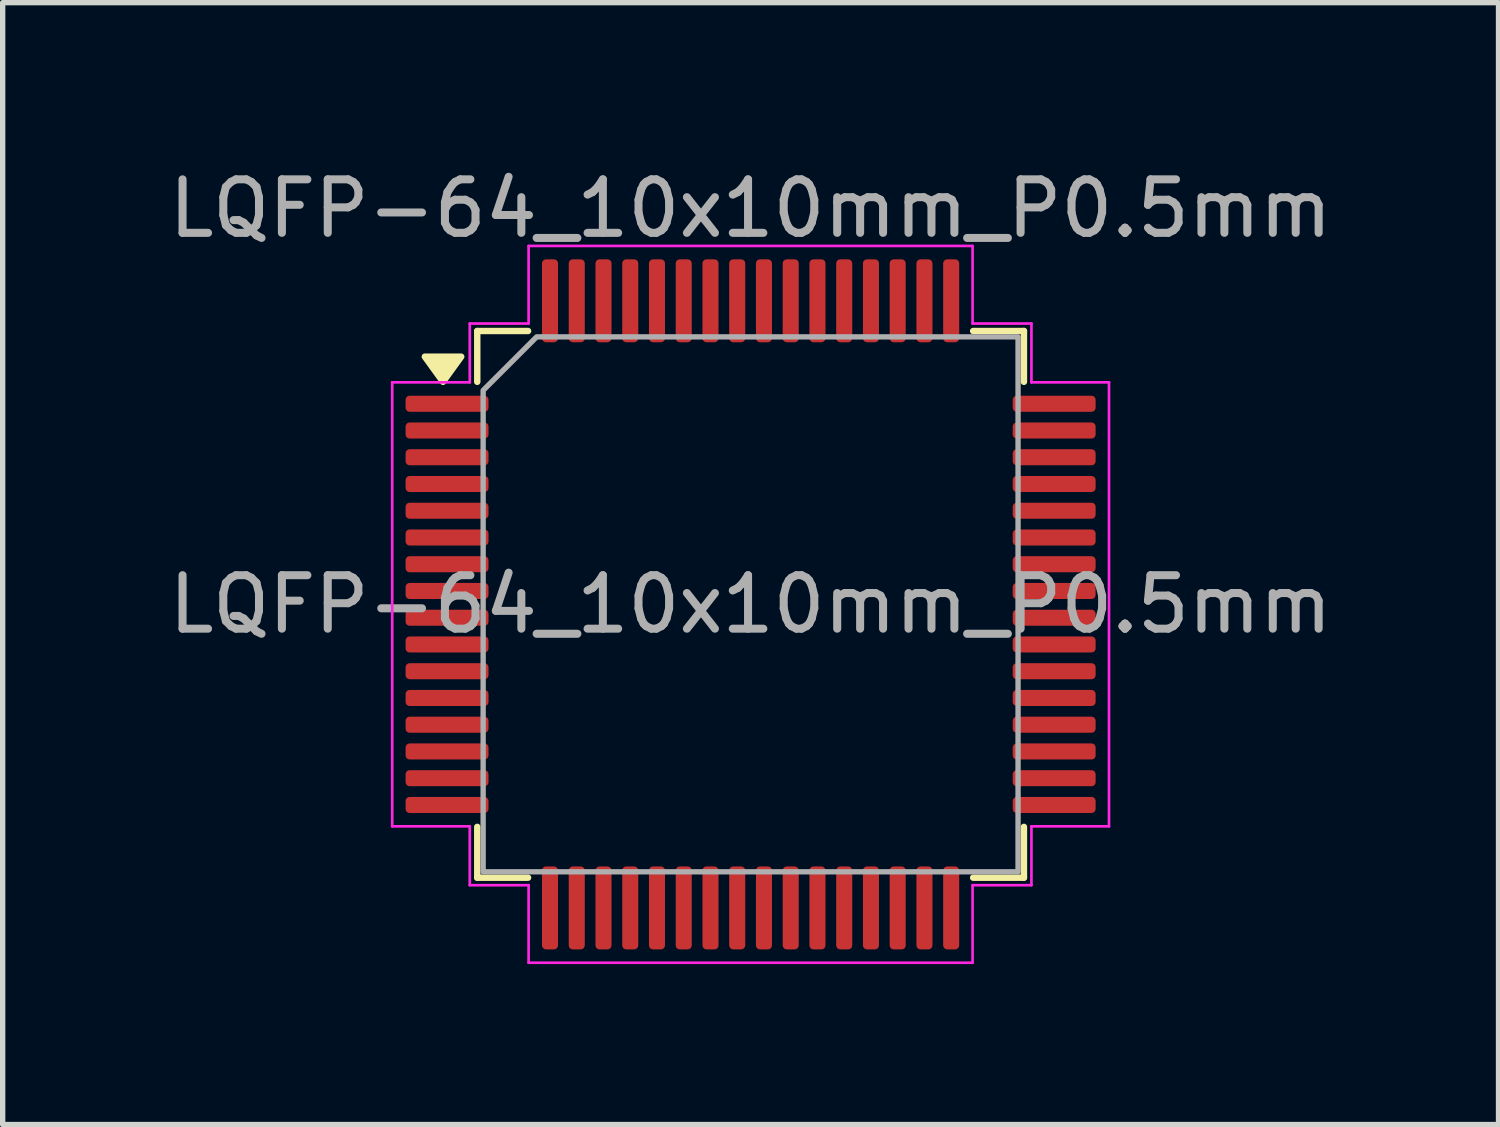
<source format=kicad_pcb>
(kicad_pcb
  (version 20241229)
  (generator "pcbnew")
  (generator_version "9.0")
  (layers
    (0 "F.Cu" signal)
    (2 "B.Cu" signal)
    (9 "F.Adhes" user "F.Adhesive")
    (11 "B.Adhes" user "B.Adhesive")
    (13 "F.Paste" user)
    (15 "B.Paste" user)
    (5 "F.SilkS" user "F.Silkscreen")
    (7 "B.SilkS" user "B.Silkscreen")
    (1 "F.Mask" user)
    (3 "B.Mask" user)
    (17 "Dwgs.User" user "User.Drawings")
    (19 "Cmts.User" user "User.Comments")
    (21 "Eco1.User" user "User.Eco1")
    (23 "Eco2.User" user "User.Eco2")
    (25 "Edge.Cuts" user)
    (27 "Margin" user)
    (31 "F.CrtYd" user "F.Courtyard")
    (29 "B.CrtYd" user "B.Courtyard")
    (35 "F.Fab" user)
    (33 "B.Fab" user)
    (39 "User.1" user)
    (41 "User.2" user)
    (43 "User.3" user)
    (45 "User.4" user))
  (footprint "LQFP-64_10x10mm_P0.5mm"
    (layer "F.Cu")
    (at 10.982 8.248)
    (property "Reference" "LQFP-64_10x10mm_P0.5mm" (at 0 -7.4 180) (layer "F.Fab") (effects (font (size 1 1) (thickness 0.15))))
    (attr smd)
    (fp_line (start -5.11 -5.11) (end -4.16 -5.11) (stroke (width 0.12) (type solid)) (layer "F.SilkS"))
    (fp_line (start -5.11 -4.16) (end -5.11 -5.11) (stroke (width 0.12) (type solid)) (layer "F.SilkS"))
    (fp_line (start -5.11 5.11) (end -5.11 4.16) (stroke (width 0.12) (type solid)) (layer "F.SilkS"))
    (fp_line (start -4.16 5.11) (end -5.11 5.11) (stroke (width 0.12) (type solid)) (layer "F.SilkS"))
    (fp_line (start 4.16 -5.11) (end 5.11 -5.11) (stroke (width 0.12) (type solid)) (layer "F.SilkS"))
    (fp_line (start 5.11 -5.11) (end 5.11 -4.16) (stroke (width 0.12) (type solid)) (layer "F.SilkS"))
    (fp_line (start 5.11 4.16) (end 5.11 5.11) (stroke (width 0.12) (type solid)) (layer "F.SilkS"))
    (fp_line (start 5.11 5.11) (end 4.16 5.11) (stroke (width 0.12) (type solid)) (layer "F.SilkS"))
    (fp_poly (pts (xy -5.75 -4.16) (xy -6.09 -4.63) (xy -5.41 -4.63)) (stroke (width 0.12) (type solid)) (fill yes) (layer "F.SilkS"))
    (fp_line (start -6.7 -4.15) (end -5.25 -4.15) (stroke (width 0.05) (type solid)) (layer "F.CrtYd"))
    (fp_line (start -6.7 4.15) (end -6.7 -4.15) (stroke (width 0.05) (type solid)) (layer "F.CrtYd"))
    (fp_line (start -5.25 -5.25) (end -4.15 -5.25) (stroke (width 0.05) (type solid)) (layer "F.CrtYd"))
    (fp_line (start -5.25 -4.15) (end -5.25 -5.25) (stroke (width 0.05) (type solid)) (layer "F.CrtYd"))
    (fp_line (start -5.25 4.15) (end -6.7 4.15) (stroke (width 0.05) (type solid)) (layer "F.CrtYd"))
    (fp_line (start -5.25 5.25) (end -5.25 4.15) (stroke (width 0.05) (type solid)) (layer "F.CrtYd"))
    (fp_line (start -4.15 -6.7) (end 4.15 -6.7) (stroke (width 0.05) (type solid)) (layer "F.CrtYd"))
    (fp_line (start -4.15 -5.25) (end -4.15 -6.7) (stroke (width 0.05) (type solid)) (layer "F.CrtYd"))
    (fp_line (start -4.15 5.25) (end -5.25 5.25) (stroke (width 0.05) (type solid)) (layer "F.CrtYd"))
    (fp_line (start -4.15 6.7) (end -4.15 5.25) (stroke (width 0.05) (type solid)) (layer "F.CrtYd"))
    (fp_line (start 4.15 -6.7) (end 4.15 -5.25) (stroke (width 0.05) (type solid)) (layer "F.CrtYd"))
    (fp_line (start 4.15 -5.25) (end 5.25 -5.25) (stroke (width 0.05) (type solid)) (layer "F.CrtYd"))
    (fp_line (start 4.15 5.25) (end 4.15 6.7) (stroke (width 0.05) (type solid)) (layer "F.CrtYd"))
    (fp_line (start 4.15 6.7) (end -4.15 6.7) (stroke (width 0.05) (type solid)) (layer "F.CrtYd"))
    (fp_line (start 5.25 -5.25) (end 5.25 -4.15) (stroke (width 0.05) (type solid)) (layer "F.CrtYd"))
    (fp_line (start 5.25 -4.15) (end 6.7 -4.15) (stroke (width 0.05) (type solid)) (layer "F.CrtYd"))
    (fp_line (start 5.25 4.15) (end 5.25 5.25) (stroke (width 0.05) (type solid)) (layer "F.CrtYd"))
    (fp_line (start 5.25 5.25) (end 4.15 5.25) (stroke (width 0.05) (type solid)) (layer "F.CrtYd"))
    (fp_line (start 6.7 -4.15) (end 6.7 4.15) (stroke (width 0.05) (type solid)) (layer "F.CrtYd"))
    (fp_line (start 6.7 4.15) (end 5.25 4.15) (stroke (width 0.05) (type solid)) (layer "F.CrtYd"))
    (fp_poly (pts (xy -4 -5) (xy 5 -5) (xy 5 5) (xy -5 5) (xy -5 -4)) (stroke (width 0.1) (type solid)) (fill no) (layer "F.Fab"))
    (fp_text user "${REFERENCE}" (at 0 0 180) (layer "F.Fab") (effects (font (size 1 1) (thickness 0.15))))
    (pad "1" smd roundrect (at -5.675 -3.75) (size 1.55 0.3) (layers "F.Cu" "F.Mask" "F.Paste") (roundrect_rratio 0.25))
    (pad "2" smd roundrect (at -5.675 -3.25) (size 1.55 0.3) (layers "F.Cu" "F.Mask" "F.Paste") (roundrect_rratio 0.25))
    (pad "3" smd roundrect (at -5.675 -2.75) (size 1.55 0.3) (layers "F.Cu" "F.Mask" "F.Paste") (roundrect_rratio 0.25))
    (pad "4" smd roundrect (at -5.675 -2.25) (size 1.55 0.3) (layers "F.Cu" "F.Mask" "F.Paste") (roundrect_rratio 0.25))
    (pad "5" smd roundrect (at -5.675 -1.75) (size 1.55 0.3) (layers "F.Cu" "F.Mask" "F.Paste") (roundrect_rratio 0.25))
    (pad "6" smd roundrect (at -5.675 -1.25) (size 1.55 0.3) (layers "F.Cu" "F.Mask" "F.Paste") (roundrect_rratio 0.25))
    (pad "7" smd roundrect (at -5.675 -0.75) (size 1.55 0.3) (layers "F.Cu" "F.Mask" "F.Paste") (roundrect_rratio 0.25))
    (pad "8" smd roundrect (at -5.675 -0.25) (size 1.55 0.3) (layers "F.Cu" "F.Mask" "F.Paste") (roundrect_rratio 0.25))
    (pad "9" smd roundrect (at -5.675 0.25) (size 1.55 0.3) (layers "F.Cu" "F.Mask" "F.Paste") (roundrect_rratio 0.25))
    (pad "10" smd roundrect (at -5.675 0.75) (size 1.55 0.3) (layers "F.Cu" "F.Mask" "F.Paste") (roundrect_rratio 0.25))
    (pad "11" smd roundrect (at -5.675 1.25) (size 1.55 0.3) (layers "F.Cu" "F.Mask" "F.Paste") (roundrect_rratio 0.25))
    (pad "12" smd roundrect (at -5.675 1.75) (size 1.55 0.3) (layers "F.Cu" "F.Mask" "F.Paste") (roundrect_rratio 0.25))
    (pad "13" smd roundrect (at -5.675 2.25) (size 1.55 0.3) (layers "F.Cu" "F.Mask" "F.Paste") (roundrect_rratio 0.25))
    (pad "14" smd roundrect (at -5.675 2.75) (size 1.55 0.3) (layers "F.Cu" "F.Mask" "F.Paste") (roundrect_rratio 0.25))
    (pad "15" smd roundrect (at -5.675 3.25) (size 1.55 0.3) (layers "F.Cu" "F.Mask" "F.Paste") (roundrect_rratio 0.25))
    (pad "16" smd roundrect (at -5.675 3.75) (size 1.55 0.3) (layers "F.Cu" "F.Mask" "F.Paste") (roundrect_rratio 0.25))
    (pad "17" smd roundrect (at -3.75 5.675) (size 0.3 1.55) (layers "F.Cu" "F.Mask" "F.Paste") (roundrect_rratio 0.25))
    (pad "18" smd roundrect (at -3.25 5.675) (size 0.3 1.55) (layers "F.Cu" "F.Mask" "F.Paste") (roundrect_rratio 0.25))
    (pad "19" smd roundrect (at -2.75 5.675) (size 0.3 1.55) (layers "F.Cu" "F.Mask" "F.Paste") (roundrect_rratio 0.25))
    (pad "20" smd roundrect (at -2.25 5.675) (size 0.3 1.55) (layers "F.Cu" "F.Mask" "F.Paste") (roundrect_rratio 0.25))
    (pad "21" smd roundrect (at -1.75 5.675) (size 0.3 1.55) (layers "F.Cu" "F.Mask" "F.Paste") (roundrect_rratio 0.25))
    (pad "22" smd roundrect (at -1.25 5.675) (size 0.3 1.55) (layers "F.Cu" "F.Mask" "F.Paste") (roundrect_rratio 0.25))
    (pad "23" smd roundrect (at -0.75 5.675) (size 0.3 1.55) (layers "F.Cu" "F.Mask" "F.Paste") (roundrect_rratio 0.25))
    (pad "24" smd roundrect (at -0.25 5.675) (size 0.3 1.55) (layers "F.Cu" "F.Mask" "F.Paste") (roundrect_rratio 0.25))
    (pad "25" smd roundrect (at 0.25 5.675) (size 0.3 1.55) (layers "F.Cu" "F.Mask" "F.Paste") (roundrect_rratio 0.25))
    (pad "26" smd roundrect (at 0.75 5.675) (size 0.3 1.55) (layers "F.Cu" "F.Mask" "F.Paste") (roundrect_rratio 0.25))
    (pad "27" smd roundrect (at 1.25 5.675) (size 0.3 1.55) (layers "F.Cu" "F.Mask" "F.Paste") (roundrect_rratio 0.25))
    (pad "28" smd roundrect (at 1.75 5.675) (size 0.3 1.55) (layers "F.Cu" "F.Mask" "F.Paste") (roundrect_rratio 0.25))
    (pad "29" smd roundrect (at 2.25 5.675) (size 0.3 1.55) (layers "F.Cu" "F.Mask" "F.Paste") (roundrect_rratio 0.25))
    (pad "30" smd roundrect (at 2.75 5.675) (size 0.3 1.55) (layers "F.Cu" "F.Mask" "F.Paste") (roundrect_rratio 0.25))
    (pad "31" smd roundrect (at 3.25 5.675) (size 0.3 1.55) (layers "F.Cu" "F.Mask" "F.Paste") (roundrect_rratio 0.25))
    (pad "32" smd roundrect (at 3.75 5.675) (size 0.3 1.55) (layers "F.Cu" "F.Mask" "F.Paste") (roundrect_rratio 0.25))
    (pad "33" smd roundrect (at 5.675 3.75) (size 1.55 0.3) (layers "F.Cu" "F.Mask" "F.Paste") (roundrect_rratio 0.25))
    (pad "34" smd roundrect (at 5.675 3.25) (size 1.55 0.3) (layers "F.Cu" "F.Mask" "F.Paste") (roundrect_rratio 0.25))
    (pad "35" smd roundrect (at 5.675 2.75) (size 1.55 0.3) (layers "F.Cu" "F.Mask" "F.Paste") (roundrect_rratio 0.25))
    (pad "36" smd roundrect (at 5.675 2.25) (size 1.55 0.3) (layers "F.Cu" "F.Mask" "F.Paste") (roundrect_rratio 0.25))
    (pad "37" smd roundrect (at 5.675 1.75) (size 1.55 0.3) (layers "F.Cu" "F.Mask" "F.Paste") (roundrect_rratio 0.25))
    (pad "38" smd roundrect (at 5.675 1.25) (size 1.55 0.3) (layers "F.Cu" "F.Mask" "F.Paste") (roundrect_rratio 0.25))
    (pad "39" smd roundrect (at 5.675 0.75) (size 1.55 0.3) (layers "F.Cu" "F.Mask" "F.Paste") (roundrect_rratio 0.25))
    (pad "40" smd roundrect (at 5.675 0.25) (size 1.55 0.3) (layers "F.Cu" "F.Mask" "F.Paste") (roundrect_rratio 0.25))
    (pad "41" smd roundrect (at 5.675 -0.25) (size 1.55 0.3) (layers "F.Cu" "F.Mask" "F.Paste") (roundrect_rratio 0.25))
    (pad "42" smd roundrect (at 5.675 -0.75) (size 1.55 0.3) (layers "F.Cu" "F.Mask" "F.Paste") (roundrect_rratio 0.25))
    (pad "43" smd roundrect (at 5.675 -1.25) (size 1.55 0.3) (layers "F.Cu" "F.Mask" "F.Paste") (roundrect_rratio 0.25))
    (pad "44" smd roundrect (at 5.675 -1.75) (size 1.55 0.3) (layers "F.Cu" "F.Mask" "F.Paste") (roundrect_rratio 0.25))
    (pad "45" smd roundrect (at 5.675 -2.25) (size 1.55 0.3) (layers "F.Cu" "F.Mask" "F.Paste") (roundrect_rratio 0.25))
    (pad "46" smd roundrect (at 5.675 -2.75) (size 1.55 0.3) (layers "F.Cu" "F.Mask" "F.Paste") (roundrect_rratio 0.25))
    (pad "47" smd roundrect (at 5.675 -3.25) (size 1.55 0.3) (layers "F.Cu" "F.Mask" "F.Paste") (roundrect_rratio 0.25))
    (pad "48" smd roundrect (at 5.675 -3.75) (size 1.55 0.3) (layers "F.Cu" "F.Mask" "F.Paste") (roundrect_rratio 0.25))
    (pad "49" smd roundrect (at 3.75 -5.675) (size 0.3 1.55) (layers "F.Cu" "F.Mask" "F.Paste") (roundrect_rratio 0.25))
    (pad "50" smd roundrect (at 3.25 -5.675) (size 0.3 1.55) (layers "F.Cu" "F.Mask" "F.Paste") (roundrect_rratio 0.25))
    (pad "51" smd roundrect (at 2.75 -5.675) (size 0.3 1.55) (layers "F.Cu" "F.Mask" "F.Paste") (roundrect_rratio 0.25))
    (pad "52" smd roundrect (at 2.25 -5.675) (size 0.3 1.55) (layers "F.Cu" "F.Mask" "F.Paste") (roundrect_rratio 0.25))
    (pad "53" smd roundrect (at 1.75 -5.675) (size 0.3 1.55) (layers "F.Cu" "F.Mask" "F.Paste") (roundrect_rratio 0.25))
    (pad "54" smd roundrect (at 1.25 -5.675) (size 0.3 1.55) (layers "F.Cu" "F.Mask" "F.Paste") (roundrect_rratio 0.25))
    (pad "55" smd roundrect (at 0.75 -5.675) (size 0.3 1.55) (layers "F.Cu" "F.Mask" "F.Paste") (roundrect_rratio 0.25))
    (pad "56" smd roundrect (at 0.25 -5.675) (size 0.3 1.55) (layers "F.Cu" "F.Mask" "F.Paste") (roundrect_rratio 0.25))
    (pad "57" smd roundrect (at -0.25 -5.675) (size 0.3 1.55) (layers "F.Cu" "F.Mask" "F.Paste") (roundrect_rratio 0.25))
    (pad "58" smd roundrect (at -0.75 -5.675) (size 0.3 1.55) (layers "F.Cu" "F.Mask" "F.Paste") (roundrect_rratio 0.25))
    (pad "59" smd roundrect (at -1.25 -5.675) (size 0.3 1.55) (layers "F.Cu" "F.Mask" "F.Paste") (roundrect_rratio 0.25))
    (pad "60" smd roundrect (at -1.75 -5.675) (size 0.3 1.55) (layers "F.Cu" "F.Mask" "F.Paste") (roundrect_rratio 0.25))
    (pad "61" smd roundrect (at -2.25 -5.675) (size 0.3 1.55) (layers "F.Cu" "F.Mask" "F.Paste") (roundrect_rratio 0.25))
    (pad "62" smd roundrect (at -2.75 -5.675) (size 0.3 1.55) (layers "F.Cu" "F.Mask" "F.Paste") (roundrect_rratio 0.25))
    (pad "63" smd roundrect (at -3.25 -5.675) (size 0.3 1.55) (layers "F.Cu" "F.Mask" "F.Paste") (roundrect_rratio 0.25))
    (pad "64" smd roundrect (at -3.75 -5.675) (size 0.3 1.55) (layers "F.Cu" "F.Mask" "F.Paste") (roundrect_rratio 0.25)))
  (gr_rect
    (start -3 -3)
    (end 24.964 17.973)
    (stroke (width 0.1) (type default))
    (fill no)
    (layer "Edge.Cuts")))
</source>
